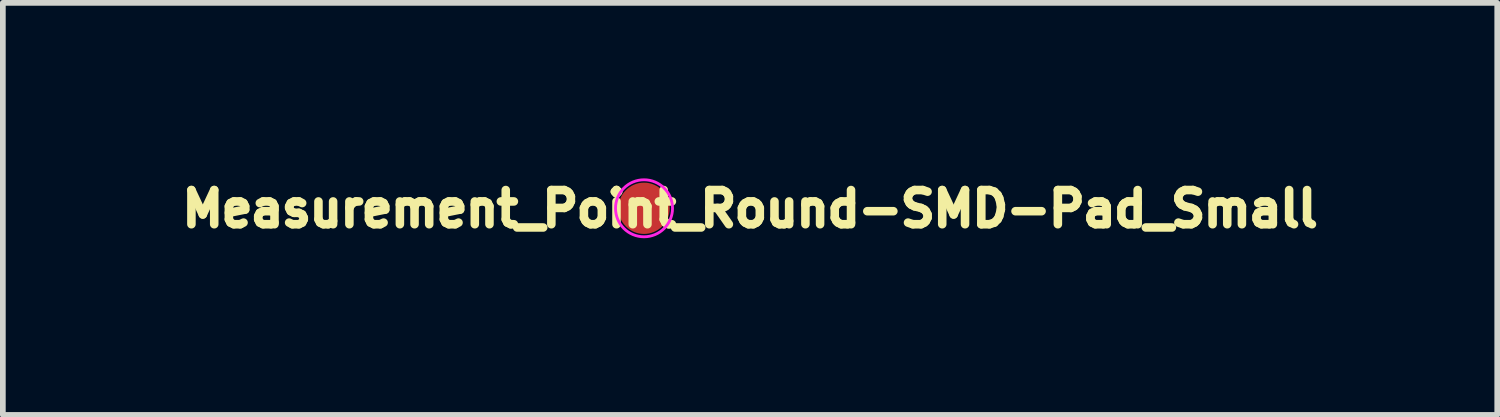
<source format=kicad_pcb>
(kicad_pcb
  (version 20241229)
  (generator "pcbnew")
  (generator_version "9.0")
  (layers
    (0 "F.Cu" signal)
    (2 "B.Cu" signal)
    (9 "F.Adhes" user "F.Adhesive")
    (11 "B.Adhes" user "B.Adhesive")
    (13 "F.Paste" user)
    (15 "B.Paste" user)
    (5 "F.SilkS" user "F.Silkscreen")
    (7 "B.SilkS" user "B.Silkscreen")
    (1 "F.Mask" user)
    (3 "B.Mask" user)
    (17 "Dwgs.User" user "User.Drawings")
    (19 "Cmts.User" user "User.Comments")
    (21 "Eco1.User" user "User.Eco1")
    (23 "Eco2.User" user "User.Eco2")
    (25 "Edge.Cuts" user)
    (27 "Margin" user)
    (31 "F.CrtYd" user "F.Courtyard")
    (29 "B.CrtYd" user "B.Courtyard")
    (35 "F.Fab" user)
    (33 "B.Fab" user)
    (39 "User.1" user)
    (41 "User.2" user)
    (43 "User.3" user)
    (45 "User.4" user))
  (footprint "Measurement_Point_Round-SMD-Pad_Small"
    (layer "F.Cu")
    (at 8.248 0.604)
    (property "Reference" "Measurement_Point_Round-SMD-Pad_Small" (at 1.86 0.01 0) (layer "F.SilkS") (effects (font (size 0.6 0.6) (thickness 0.15))))
    (attr exclude_from_pos_files exclude_from_bom)
    (fp_circle (center 0 0) (end 0.5 0) (stroke (width 0.05) (type solid)) (fill no) (layer "F.CrtYd"))
    (pad "1" smd circle (at 0 0) (size 0.9 0.9) (layers "F.Cu" "F.Mask")))
  (gr_rect
    (start -3 -3)
    (end 23.216 4.229)
    (stroke (width 0.1) (type default))
    (fill no)
    (layer "Edge.Cuts")))
</source>
